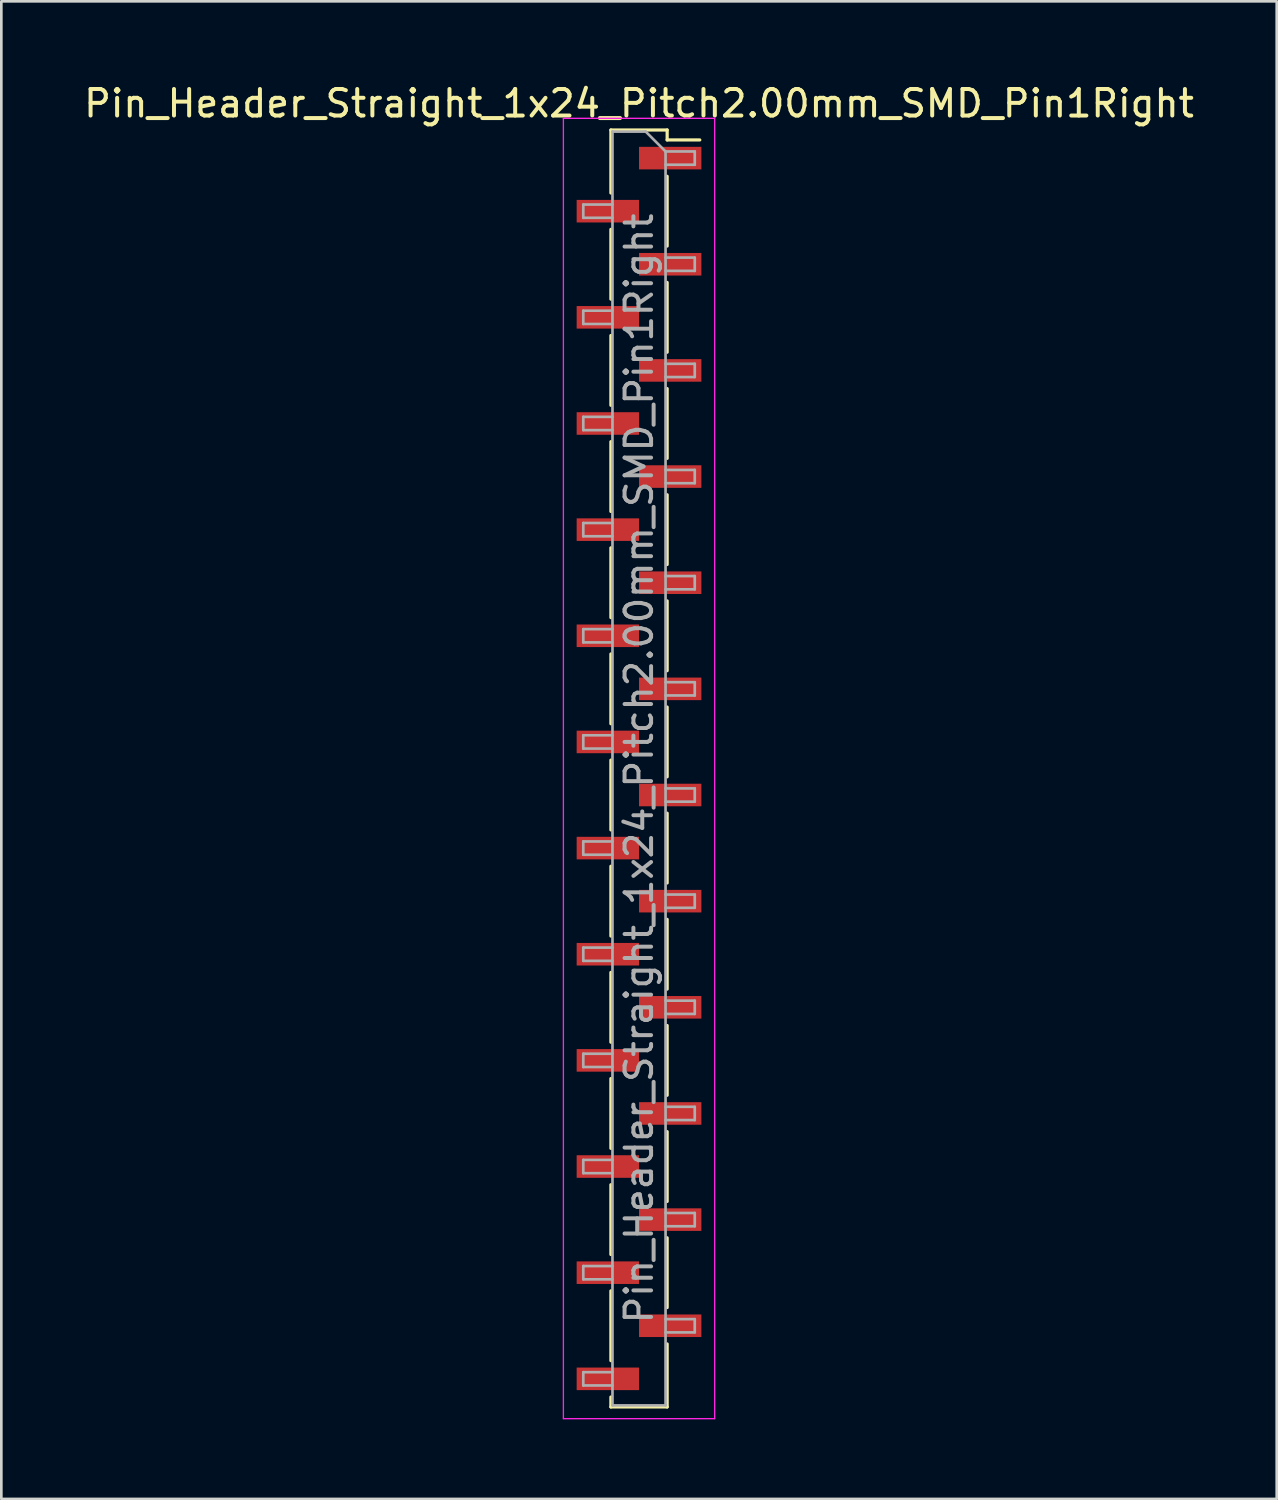
<source format=kicad_pcb>
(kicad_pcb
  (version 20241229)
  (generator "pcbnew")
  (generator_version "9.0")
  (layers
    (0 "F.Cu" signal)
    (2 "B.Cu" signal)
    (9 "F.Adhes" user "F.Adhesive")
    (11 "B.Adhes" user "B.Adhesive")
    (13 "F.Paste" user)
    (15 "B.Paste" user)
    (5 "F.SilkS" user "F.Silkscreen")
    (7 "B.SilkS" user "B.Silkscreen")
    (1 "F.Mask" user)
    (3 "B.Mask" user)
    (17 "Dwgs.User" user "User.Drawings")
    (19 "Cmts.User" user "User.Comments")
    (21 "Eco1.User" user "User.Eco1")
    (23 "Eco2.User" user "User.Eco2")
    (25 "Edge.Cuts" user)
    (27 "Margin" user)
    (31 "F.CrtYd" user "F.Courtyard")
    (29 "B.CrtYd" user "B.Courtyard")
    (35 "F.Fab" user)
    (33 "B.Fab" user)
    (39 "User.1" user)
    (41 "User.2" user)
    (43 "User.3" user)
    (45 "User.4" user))
  (footprint "Pin_Header_Straight_1x24_Pitch2.00mm_SMD_Pin1Right"
    (layer "F.Cu")
    (at 21.03 25.908)
    (property "Reference" "Pin_Header_Straight_1x24_Pitch2.00mm_SMD_Pin1Right" (at 0 -25.06 0) (layer "F.SilkS") (effects (font (size 1 1) (thickness 0.15))))
    (attr smd)
    (fp_line (start -1.06 -24.06) (end -1.06 -21.685) (stroke (width 0.12) (type solid)) (layer "F.SilkS"))
    (fp_line (start -1.06 -24.06) (end 1.06 -24.06) (stroke (width 0.12) (type solid)) (layer "F.SilkS"))
    (fp_line (start -1.06 -20.315) (end -1.06 -17.685) (stroke (width 0.12) (type solid)) (layer "F.SilkS"))
    (fp_line (start -1.06 -16.315) (end -1.06 -13.685) (stroke (width 0.12) (type solid)) (layer "F.SilkS"))
    (fp_line (start -1.06 -12.315) (end -1.06 -9.685) (stroke (width 0.12) (type solid)) (layer "F.SilkS"))
    (fp_line (start -1.06 -8.315) (end -1.06 -5.685) (stroke (width 0.12) (type solid)) (layer "F.SilkS"))
    (fp_line (start -1.06 -4.315) (end -1.06 -1.685) (stroke (width 0.12) (type solid)) (layer "F.SilkS"))
    (fp_line (start -1.06 -0.315) (end -1.06 2.315) (stroke (width 0.12) (type solid)) (layer "F.SilkS"))
    (fp_line (start -1.06 3.685) (end -1.06 6.315) (stroke (width 0.12) (type solid)) (layer "F.SilkS"))
    (fp_line (start -1.06 7.685) (end -1.06 10.315) (stroke (width 0.12) (type solid)) (layer "F.SilkS"))
    (fp_line (start -1.06 11.685) (end -1.06 14.315) (stroke (width 0.12) (type solid)) (layer "F.SilkS"))
    (fp_line (start -1.06 15.685) (end -1.06 18.315) (stroke (width 0.12) (type solid)) (layer "F.SilkS"))
    (fp_line (start -1.06 19.685) (end -1.06 22.315) (stroke (width 0.12) (type solid)) (layer "F.SilkS"))
    (fp_line (start -1.06 23.685) (end -1.06 24.06) (stroke (width 0.12) (type solid)) (layer "F.SilkS"))
    (fp_line (start -1.06 24.06) (end 1.06 24.06) (stroke (width 0.12) (type solid)) (layer "F.SilkS"))
    (fp_line (start 1.06 -24.06) (end 1.06 -23.685) (stroke (width 0.12) (type solid)) (layer "F.SilkS"))
    (fp_line (start 1.06 -23.685) (end 2.29 -23.685) (stroke (width 0.12) (type solid)) (layer "F.SilkS"))
    (fp_line (start 1.06 -22.315) (end 1.06 -19.685) (stroke (width 0.12) (type solid)) (layer "F.SilkS"))
    (fp_line (start 1.06 -18.315) (end 1.06 -15.685) (stroke (width 0.12) (type solid)) (layer "F.SilkS"))
    (fp_line (start 1.06 -14.315) (end 1.06 -11.685) (stroke (width 0.12) (type solid)) (layer "F.SilkS"))
    (fp_line (start 1.06 -10.315) (end 1.06 -7.685) (stroke (width 0.12) (type solid)) (layer "F.SilkS"))
    (fp_line (start 1.06 -6.315) (end 1.06 -3.685) (stroke (width 0.12) (type solid)) (layer "F.SilkS"))
    (fp_line (start 1.06 -2.315) (end 1.06 0.315) (stroke (width 0.12) (type solid)) (layer "F.SilkS"))
    (fp_line (start 1.06 1.685) (end 1.06 4.315) (stroke (width 0.12) (type solid)) (layer "F.SilkS"))
    (fp_line (start 1.06 5.685) (end 1.06 8.315) (stroke (width 0.12) (type solid)) (layer "F.SilkS"))
    (fp_line (start 1.06 9.685) (end 1.06 12.315) (stroke (width 0.12) (type solid)) (layer "F.SilkS"))
    (fp_line (start 1.06 13.685) (end 1.06 16.315) (stroke (width 0.12) (type solid)) (layer "F.SilkS"))
    (fp_line (start 1.06 17.685) (end 1.06 20.315) (stroke (width 0.12) (type solid)) (layer "F.SilkS"))
    (fp_line (start 1.06 21.685) (end 1.06 24.06) (stroke (width 0.12) (type solid)) (layer "F.SilkS"))
    (fp_line (start -2.85 -24.5) (end -2.85 24.5) (stroke (width 0.05) (type solid)) (layer "F.CrtYd"))
    (fp_line (start -2.85 24.5) (end 2.85 24.5) (stroke (width 0.05) (type solid)) (layer "F.CrtYd"))
    (fp_line (start 2.85 -24.5) (end -2.85 -24.5) (stroke (width 0.05) (type solid)) (layer "F.CrtYd"))
    (fp_line (start 2.85 24.5) (end 2.85 -24.5) (stroke (width 0.05) (type solid)) (layer "F.CrtYd"))
    (fp_line (start -2.1 -21.25) (end -2.1 -20.75) (stroke (width 0.1) (type solid)) (layer "F.Fab"))
    (fp_line (start -2.1 -20.75) (end -1 -20.75) (stroke (width 0.1) (type solid)) (layer "F.Fab"))
    (fp_line (start -2.1 -17.25) (end -2.1 -16.75) (stroke (width 0.1) (type solid)) (layer "F.Fab"))
    (fp_line (start -2.1 -16.75) (end -1 -16.75) (stroke (width 0.1) (type solid)) (layer "F.Fab"))
    (fp_line (start -2.1 -13.25) (end -2.1 -12.75) (stroke (width 0.1) (type solid)) (layer "F.Fab"))
    (fp_line (start -2.1 -12.75) (end -1 -12.75) (stroke (width 0.1) (type solid)) (layer "F.Fab"))
    (fp_line (start -2.1 -9.25) (end -2.1 -8.75) (stroke (width 0.1) (type solid)) (layer "F.Fab"))
    (fp_line (start -2.1 -8.75) (end -1 -8.75) (stroke (width 0.1) (type solid)) (layer "F.Fab"))
    (fp_line (start -2.1 -5.25) (end -2.1 -4.75) (stroke (width 0.1) (type solid)) (layer "F.Fab"))
    (fp_line (start -2.1 -4.75) (end -1 -4.75) (stroke (width 0.1) (type solid)) (layer "F.Fab"))
    (fp_line (start -2.1 -1.25) (end -2.1 -0.75) (stroke (width 0.1) (type solid)) (layer "F.Fab"))
    (fp_line (start -2.1 -0.75) (end -1 -0.75) (stroke (width 0.1) (type solid)) (layer "F.Fab"))
    (fp_line (start -2.1 2.75) (end -2.1 3.25) (stroke (width 0.1) (type solid)) (layer "F.Fab"))
    (fp_line (start -2.1 3.25) (end -1 3.25) (stroke (width 0.1) (type solid)) (layer "F.Fab"))
    (fp_line (start -2.1 6.75) (end -2.1 7.25) (stroke (width 0.1) (type solid)) (layer "F.Fab"))
    (fp_line (start -2.1 7.25) (end -1 7.25) (stroke (width 0.1) (type solid)) (layer "F.Fab"))
    (fp_line (start -2.1 10.75) (end -2.1 11.25) (stroke (width 0.1) (type solid)) (layer "F.Fab"))
    (fp_line (start -2.1 11.25) (end -1 11.25) (stroke (width 0.1) (type solid)) (layer "F.Fab"))
    (fp_line (start -2.1 14.75) (end -2.1 15.25) (stroke (width 0.1) (type solid)) (layer "F.Fab"))
    (fp_line (start -2.1 15.25) (end -1 15.25) (stroke (width 0.1) (type solid)) (layer "F.Fab"))
    (fp_line (start -2.1 18.75) (end -2.1 19.25) (stroke (width 0.1) (type solid)) (layer "F.Fab"))
    (fp_line (start -2.1 19.25) (end -1 19.25) (stroke (width 0.1) (type solid)) (layer "F.Fab"))
    (fp_line (start -2.1 22.75) (end -2.1 23.25) (stroke (width 0.1) (type solid)) (layer "F.Fab"))
    (fp_line (start -2.1 23.25) (end -1 23.25) (stroke (width 0.1) (type solid)) (layer "F.Fab"))
    (fp_line (start -1 -24) (end -1 24) (stroke (width 0.1) (type solid)) (layer "F.Fab"))
    (fp_line (start -1 -24) (end 0.25 -24) (stroke (width 0.1) (type solid)) (layer "F.Fab"))
    (fp_line (start -1 -21.25) (end -2.1 -21.25) (stroke (width 0.1) (type solid)) (layer "F.Fab"))
    (fp_line (start -1 -17.25) (end -2.1 -17.25) (stroke (width 0.1) (type solid)) (layer "F.Fab"))
    (fp_line (start -1 -13.25) (end -2.1 -13.25) (stroke (width 0.1) (type solid)) (layer "F.Fab"))
    (fp_line (start -1 -9.25) (end -2.1 -9.25) (stroke (width 0.1) (type solid)) (layer "F.Fab"))
    (fp_line (start -1 -5.25) (end -2.1 -5.25) (stroke (width 0.1) (type solid)) (layer "F.Fab"))
    (fp_line (start -1 -1.25) (end -2.1 -1.25) (stroke (width 0.1) (type solid)) (layer "F.Fab"))
    (fp_line (start -1 2.75) (end -2.1 2.75) (stroke (width 0.1) (type solid)) (layer "F.Fab"))
    (fp_line (start -1 6.75) (end -2.1 6.75) (stroke (width 0.1) (type solid)) (layer "F.Fab"))
    (fp_line (start -1 10.75) (end -2.1 10.75) (stroke (width 0.1) (type solid)) (layer "F.Fab"))
    (fp_line (start -1 14.75) (end -2.1 14.75) (stroke (width 0.1) (type solid)) (layer "F.Fab"))
    (fp_line (start -1 18.75) (end -2.1 18.75) (stroke (width 0.1) (type solid)) (layer "F.Fab"))
    (fp_line (start -1 22.75) (end -2.1 22.75) (stroke (width 0.1) (type solid)) (layer "F.Fab"))
    (fp_line (start 1 -23.25) (end 0.25 -24) (stroke (width 0.1) (type solid)) (layer "F.Fab"))
    (fp_line (start 1 -23.25) (end 2.1 -23.25) (stroke (width 0.1) (type solid)) (layer "F.Fab"))
    (fp_line (start 1 -19.25) (end 2.1 -19.25) (stroke (width 0.1) (type solid)) (layer "F.Fab"))
    (fp_line (start 1 -15.25) (end 2.1 -15.25) (stroke (width 0.1) (type solid)) (layer "F.Fab"))
    (fp_line (start 1 -11.25) (end 2.1 -11.25) (stroke (width 0.1) (type solid)) (layer "F.Fab"))
    (fp_line (start 1 -7.25) (end 2.1 -7.25) (stroke (width 0.1) (type solid)) (layer "F.Fab"))
    (fp_line (start 1 -3.25) (end 2.1 -3.25) (stroke (width 0.1) (type solid)) (layer "F.Fab"))
    (fp_line (start 1 0.75) (end 2.1 0.75) (stroke (width 0.1) (type solid)) (layer "F.Fab"))
    (fp_line (start 1 4.75) (end 2.1 4.75) (stroke (width 0.1) (type solid)) (layer "F.Fab"))
    (fp_line (start 1 8.75) (end 2.1 8.75) (stroke (width 0.1) (type solid)) (layer "F.Fab"))
    (fp_line (start 1 12.75) (end 2.1 12.75) (stroke (width 0.1) (type solid)) (layer "F.Fab"))
    (fp_line (start 1 16.75) (end 2.1 16.75) (stroke (width 0.1) (type solid)) (layer "F.Fab"))
    (fp_line (start 1 20.75) (end 2.1 20.75) (stroke (width 0.1) (type solid)) (layer "F.Fab"))
    (fp_line (start 1 24) (end -1 24) (stroke (width 0.1) (type solid)) (layer "F.Fab"))
    (fp_line (start 1 24) (end 1 -23.25) (stroke (width 0.1) (type solid)) (layer "F.Fab"))
    (fp_line (start 2.1 -23.25) (end 2.1 -22.75) (stroke (width 0.1) (type solid)) (layer "F.Fab"))
    (fp_line (start 2.1 -22.75) (end 1 -22.75) (stroke (width 0.1) (type solid)) (layer "F.Fab"))
    (fp_line (start 2.1 -19.25) (end 2.1 -18.75) (stroke (width 0.1) (type solid)) (layer "F.Fab"))
    (fp_line (start 2.1 -18.75) (end 1 -18.75) (stroke (width 0.1) (type solid)) (layer "F.Fab"))
    (fp_line (start 2.1 -15.25) (end 2.1 -14.75) (stroke (width 0.1) (type solid)) (layer "F.Fab"))
    (fp_line (start 2.1 -14.75) (end 1 -14.75) (stroke (width 0.1) (type solid)) (layer "F.Fab"))
    (fp_line (start 2.1 -11.25) (end 2.1 -10.75) (stroke (width 0.1) (type solid)) (layer "F.Fab"))
    (fp_line (start 2.1 -10.75) (end 1 -10.75) (stroke (width 0.1) (type solid)) (layer "F.Fab"))
    (fp_line (start 2.1 -7.25) (end 2.1 -6.75) (stroke (width 0.1) (type solid)) (layer "F.Fab"))
    (fp_line (start 2.1 -6.75) (end 1 -6.75) (stroke (width 0.1) (type solid)) (layer "F.Fab"))
    (fp_line (start 2.1 -3.25) (end 2.1 -2.75) (stroke (width 0.1) (type solid)) (layer "F.Fab"))
    (fp_line (start 2.1 -2.75) (end 1 -2.75) (stroke (width 0.1) (type solid)) (layer "F.Fab"))
    (fp_line (start 2.1 0.75) (end 2.1 1.25) (stroke (width 0.1) (type solid)) (layer "F.Fab"))
    (fp_line (start 2.1 1.25) (end 1 1.25) (stroke (width 0.1) (type solid)) (layer "F.Fab"))
    (fp_line (start 2.1 4.75) (end 2.1 5.25) (stroke (width 0.1) (type solid)) (layer "F.Fab"))
    (fp_line (start 2.1 5.25) (end 1 5.25) (stroke (width 0.1) (type solid)) (layer "F.Fab"))
    (fp_line (start 2.1 8.75) (end 2.1 9.25) (stroke (width 0.1) (type solid)) (layer "F.Fab"))
    (fp_line (start 2.1 9.25) (end 1 9.25) (stroke (width 0.1) (type solid)) (layer "F.Fab"))
    (fp_line (start 2.1 12.75) (end 2.1 13.25) (stroke (width 0.1) (type solid)) (layer "F.Fab"))
    (fp_line (start 2.1 13.25) (end 1 13.25) (stroke (width 0.1) (type solid)) (layer "F.Fab"))
    (fp_line (start 2.1 16.75) (end 2.1 17.25) (stroke (width 0.1) (type solid)) (layer "F.Fab"))
    (fp_line (start 2.1 17.25) (end 1 17.25) (stroke (width 0.1) (type solid)) (layer "F.Fab"))
    (fp_line (start 2.1 20.75) (end 2.1 21.25) (stroke (width 0.1) (type solid)) (layer "F.Fab"))
    (fp_line (start 2.1 21.25) (end 1 21.25) (stroke (width 0.1) (type solid)) (layer "F.Fab"))
    (fp_text user "${REFERENCE}" (at 0 0 90) (layer "F.Fab") (effects (font (size 1 1) (thickness 0.15))))
    (pad "1" smd rect (at 1.175 -23) (size 2.35 0.85) (layers "F.Cu" "F.Mask" "F.Paste"))
    (pad "2" smd rect (at -1.175 -21) (size 2.35 0.85) (layers "F.Cu" "F.Mask" "F.Paste"))
    (pad "3" smd rect (at 1.175 -19) (size 2.35 0.85) (layers "F.Cu" "F.Mask" "F.Paste"))
    (pad "4" smd rect (at -1.175 -17) (size 2.35 0.85) (layers "F.Cu" "F.Mask" "F.Paste"))
    (pad "5" smd rect (at 1.175 -15) (size 2.35 0.85) (layers "F.Cu" "F.Mask" "F.Paste"))
    (pad "6" smd rect (at -1.175 -13) (size 2.35 0.85) (layers "F.Cu" "F.Mask" "F.Paste"))
    (pad "7" smd rect (at 1.175 -11) (size 2.35 0.85) (layers "F.Cu" "F.Mask" "F.Paste"))
    (pad "8" smd rect (at -1.175 -9) (size 2.35 0.85) (layers "F.Cu" "F.Mask" "F.Paste"))
    (pad "9" smd rect (at 1.175 -7) (size 2.35 0.85) (layers "F.Cu" "F.Mask" "F.Paste"))
    (pad "10" smd rect (at -1.175 -5) (size 2.35 0.85) (layers "F.Cu" "F.Mask" "F.Paste"))
    (pad "11" smd rect (at 1.175 -3) (size 2.35 0.85) (layers "F.Cu" "F.Mask" "F.Paste"))
    (pad "12" smd rect (at -1.175 -1) (size 2.35 0.85) (layers "F.Cu" "F.Mask" "F.Paste"))
    (pad "13" smd rect (at 1.175 1) (size 2.35 0.85) (layers "F.Cu" "F.Mask" "F.Paste"))
    (pad "14" smd rect (at -1.175 3) (size 2.35 0.85) (layers "F.Cu" "F.Mask" "F.Paste"))
    (pad "15" smd rect (at 1.175 5) (size 2.35 0.85) (layers "F.Cu" "F.Mask" "F.Paste"))
    (pad "16" smd rect (at -1.175 7) (size 2.35 0.85) (layers "F.Cu" "F.Mask" "F.Paste"))
    (pad "17" smd rect (at 1.175 9) (size 2.35 0.85) (layers "F.Cu" "F.Mask" "F.Paste"))
    (pad "18" smd rect (at -1.175 11) (size 2.35 0.85) (layers "F.Cu" "F.Mask" "F.Paste"))
    (pad "19" smd rect (at 1.175 13) (size 2.35 0.85) (layers "F.Cu" "F.Mask" "F.Paste"))
    (pad "20" smd rect (at -1.175 15) (size 2.35 0.85) (layers "F.Cu" "F.Mask" "F.Paste"))
    (pad "21" smd rect (at 1.175 17) (size 2.35 0.85) (layers "F.Cu" "F.Mask" "F.Paste"))
    (pad "22" smd rect (at -1.175 19) (size 2.35 0.85) (layers "F.Cu" "F.Mask" "F.Paste"))
    (pad "23" smd rect (at 1.175 21) (size 2.35 0.85) (layers "F.Cu" "F.Mask" "F.Paste"))
    (pad "24" smd rect (at -1.175 23) (size 2.35 0.85) (layers "F.Cu" "F.Mask" "F.Paste")))
  (gr_rect
    (start -3 -3)
    (end 45.06 53.433)
    (stroke (width 0.1) (type default))
    (fill no)
    (layer "Edge.Cuts")))
</source>
